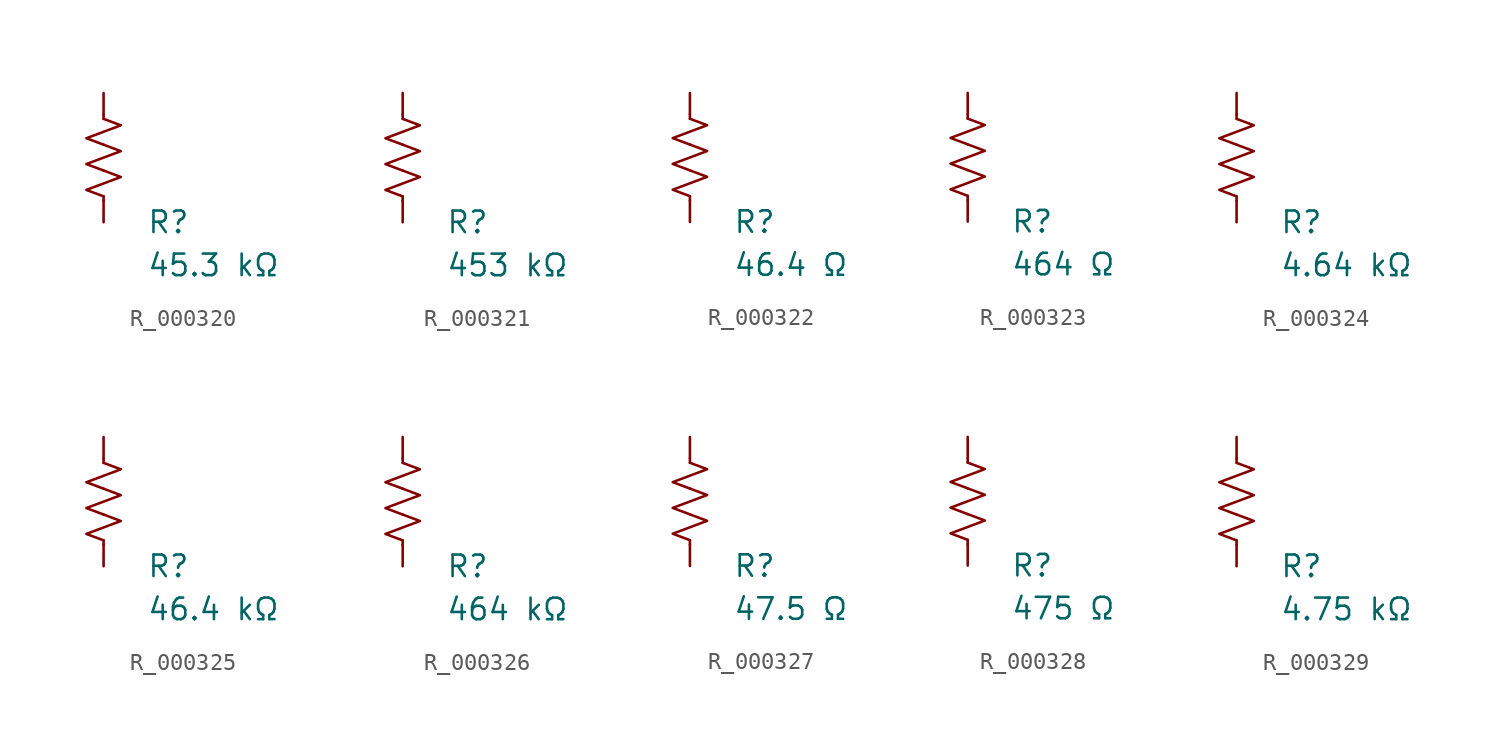
<source format=kicad_sym>
(kicad_symbol_lib
  (version 20231120)
  (generator "kicad_symbol_editor")
  (generator_version "8.0")
  (symbol "R_000320"
    (pin_numbers hide)
    (pin_names
      (offset 0))
    (property "Reference" "R"
      (at 2.54 -3.81 0)
      (effects (font (size 1.27 1.27)) (justify left))
      (show_name no))
    (property "Value" "45.3 kΩ"
      (at 2.54 -6.35 0)
      (effects (font (size 1.27 1.27)) (justify left))
      (show_name no))
    (symbol "R_000320_0_1"
      (polyline (pts (xy 0 -2.286) (xy 0 -2.54)) (stroke (width 0) (type default)) (fill (type none)))
      (polyline (pts (xy 0 2.286) (xy 0 2.54)) (stroke (width 0) (type default)) (fill (type none)))
      (polyline (pts (xy 0 -0.762) (xy 1.016 -1.143) (xy 0 -1.524) (xy -1.016 -1.905) (xy 0 -2.286)) (stroke (width 0) (type default)) (fill (type none)))
      (polyline (pts (xy 0 0.762) (xy 1.016 0.381) (xy 0 0) (xy -1.016 -0.381) (xy 0 -0.762)) (stroke (width 0) (type default)) (fill (type none)))
      (polyline (pts (xy 0 2.286) (xy 1.016 1.905) (xy 0 1.524) (xy -1.016 1.143) (xy 0 0.762)) (stroke (width 0) (type default)) (fill (type none))))
    (symbol "R_000320_1_1"
      (pin passive line (at 0 3.81 270) (length 1.27) (name "~" (effects (font (size 1.27 1.27)))) (number "1" (effects (font (size 1.27 1.27)))))
      (pin passive line (at 0 -3.81 90) (length 1.27) (name "~" (effects (font (size 1.27 1.27)))) (number "2" (effects (font (size 1.27 1.27)))))))
  (symbol "R_000321"
    (pin_numbers hide)
    (pin_names
      (offset 0))
    (property "Reference" "R"
      (at 2.54 -3.81 0)
      (effects (font (size 1.27 1.27)) (justify left))
      (show_name no))
    (property "Value" "453 kΩ"
      (at 2.54 -6.35 0)
      (effects (font (size 1.27 1.27)) (justify left))
      (show_name no))
    (symbol "R_000321_0_1"
      (polyline (pts (xy 0 -2.286) (xy 0 -2.54)) (stroke (width 0) (type default)) (fill (type none)))
      (polyline (pts (xy 0 2.286) (xy 0 2.54)) (stroke (width 0) (type default)) (fill (type none)))
      (polyline (pts (xy 0 -0.762) (xy 1.016 -1.143) (xy 0 -1.524) (xy -1.016 -1.905) (xy 0 -2.286)) (stroke (width 0) (type default)) (fill (type none)))
      (polyline (pts (xy 0 0.762) (xy 1.016 0.381) (xy 0 0) (xy -1.016 -0.381) (xy 0 -0.762)) (stroke (width 0) (type default)) (fill (type none)))
      (polyline (pts (xy 0 2.286) (xy 1.016 1.905) (xy 0 1.524) (xy -1.016 1.143) (xy 0 0.762)) (stroke (width 0) (type default)) (fill (type none))))
    (symbol "R_000321_1_1"
      (pin passive line (at 0 3.81 270) (length 1.27) (name "~" (effects (font (size 1.27 1.27)))) (number "1" (effects (font (size 1.27 1.27)))))
      (pin passive line (at 0 -3.81 90) (length 1.27) (name "~" (effects (font (size 1.27 1.27)))) (number "2" (effects (font (size 1.27 1.27)))))))
  (symbol "R_000322"
    (pin_numbers hide)
    (pin_names
      (offset 0))
    (property "Reference" "R"
      (at 2.54 -3.81 0)
      (effects (font (size 1.27 1.27)) (justify left))
      (show_name no))
    (property "Value" "46.4 Ω"
      (at 2.54 -6.35 0)
      (effects (font (size 1.27 1.27)) (justify left))
      (show_name no))
    (symbol "R_000322_0_1"
      (polyline (pts (xy 0 -2.286) (xy 0 -2.54)) (stroke (width 0) (type default)) (fill (type none)))
      (polyline (pts (xy 0 2.286) (xy 0 2.54)) (stroke (width 0) (type default)) (fill (type none)))
      (polyline (pts (xy 0 -0.762) (xy 1.016 -1.143) (xy 0 -1.524) (xy -1.016 -1.905) (xy 0 -2.286)) (stroke (width 0) (type default)) (fill (type none)))
      (polyline (pts (xy 0 0.762) (xy 1.016 0.381) (xy 0 0) (xy -1.016 -0.381) (xy 0 -0.762)) (stroke (width 0) (type default)) (fill (type none)))
      (polyline (pts (xy 0 2.286) (xy 1.016 1.905) (xy 0 1.524) (xy -1.016 1.143) (xy 0 0.762)) (stroke (width 0) (type default)) (fill (type none))))
    (symbol "R_000322_1_1"
      (pin passive line (at 0 3.81 270) (length 1.27) (name "~" (effects (font (size 1.27 1.27)))) (number "1" (effects (font (size 1.27 1.27)))))
      (pin passive line (at 0 -3.81 90) (length 1.27) (name "~" (effects (font (size 1.27 1.27)))) (number "2" (effects (font (size 1.27 1.27)))))))
  (symbol "R_000323"
    (pin_numbers hide)
    (pin_names
      (offset 0))
    (property "Reference" "R"
      (at 2.54 -3.81 0)
      (effects (font (size 1.27 1.27)) (justify left))
      (show_name no))
    (property "Value" "464 Ω"
      (at 2.54 -6.35 0)
      (effects (font (size 1.27 1.27)) (justify left))
      (show_name no))
    (symbol "R_000323_0_1"
      (polyline (pts (xy 0 -2.286) (xy 0 -2.54)) (stroke (width 0) (type default)) (fill (type none)))
      (polyline (pts (xy 0 2.286) (xy 0 2.54)) (stroke (width 0) (type default)) (fill (type none)))
      (polyline (pts (xy 0 -0.762) (xy 1.016 -1.143) (xy 0 -1.524) (xy -1.016 -1.905) (xy 0 -2.286)) (stroke (width 0) (type default)) (fill (type none)))
      (polyline (pts (xy 0 0.762) (xy 1.016 0.381) (xy 0 0) (xy -1.016 -0.381) (xy 0 -0.762)) (stroke (width 0) (type default)) (fill (type none)))
      (polyline (pts (xy 0 2.286) (xy 1.016 1.905) (xy 0 1.524) (xy -1.016 1.143) (xy 0 0.762)) (stroke (width 0) (type default)) (fill (type none))))
    (symbol "R_000323_1_1"
      (pin passive line (at 0 3.81 270) (length 1.27) (name "~" (effects (font (size 1.27 1.27)))) (number "1" (effects (font (size 1.27 1.27)))))
      (pin passive line (at 0 -3.81 90) (length 1.27) (name "~" (effects (font (size 1.27 1.27)))) (number "2" (effects (font (size 1.27 1.27)))))))
  (symbol "R_000324"
    (pin_numbers hide)
    (pin_names
      (offset 0))
    (property "Reference" "R"
      (at 2.54 -3.81 0)
      (effects (font (size 1.27 1.27)) (justify left))
      (show_name no))
    (property "Value" "4.64 kΩ"
      (at 2.54 -6.35 0)
      (effects (font (size 1.27 1.27)) (justify left))
      (show_name no))
    (symbol "R_000324_0_1"
      (polyline (pts (xy 0 -2.286) (xy 0 -2.54)) (stroke (width 0) (type default)) (fill (type none)))
      (polyline (pts (xy 0 2.286) (xy 0 2.54)) (stroke (width 0) (type default)) (fill (type none)))
      (polyline (pts (xy 0 -0.762) (xy 1.016 -1.143) (xy 0 -1.524) (xy -1.016 -1.905) (xy 0 -2.286)) (stroke (width 0) (type default)) (fill (type none)))
      (polyline (pts (xy 0 0.762) (xy 1.016 0.381) (xy 0 0) (xy -1.016 -0.381) (xy 0 -0.762)) (stroke (width 0) (type default)) (fill (type none)))
      (polyline (pts (xy 0 2.286) (xy 1.016 1.905) (xy 0 1.524) (xy -1.016 1.143) (xy 0 0.762)) (stroke (width 0) (type default)) (fill (type none))))
    (symbol "R_000324_1_1"
      (pin passive line (at 0 3.81 270) (length 1.27) (name "~" (effects (font (size 1.27 1.27)))) (number "1" (effects (font (size 1.27 1.27)))))
      (pin passive line (at 0 -3.81 90) (length 1.27) (name "~" (effects (font (size 1.27 1.27)))) (number "2" (effects (font (size 1.27 1.27)))))))
  (symbol "R_000325"
    (pin_numbers hide)
    (pin_names
      (offset 0))
    (property "Reference" "R"
      (at 2.54 -3.81 0)
      (effects (font (size 1.27 1.27)) (justify left))
      (show_name no))
    (property "Value" "46.4 kΩ"
      (at 2.54 -6.35 0)
      (effects (font (size 1.27 1.27)) (justify left))
      (show_name no))
    (symbol "R_000325_0_1"
      (polyline (pts (xy 0 -2.286) (xy 0 -2.54)) (stroke (width 0) (type default)) (fill (type none)))
      (polyline (pts (xy 0 2.286) (xy 0 2.54)) (stroke (width 0) (type default)) (fill (type none)))
      (polyline (pts (xy 0 -0.762) (xy 1.016 -1.143) (xy 0 -1.524) (xy -1.016 -1.905) (xy 0 -2.286)) (stroke (width 0) (type default)) (fill (type none)))
      (polyline (pts (xy 0 0.762) (xy 1.016 0.381) (xy 0 0) (xy -1.016 -0.381) (xy 0 -0.762)) (stroke (width 0) (type default)) (fill (type none)))
      (polyline (pts (xy 0 2.286) (xy 1.016 1.905) (xy 0 1.524) (xy -1.016 1.143) (xy 0 0.762)) (stroke (width 0) (type default)) (fill (type none))))
    (symbol "R_000325_1_1"
      (pin passive line (at 0 3.81 270) (length 1.27) (name "~" (effects (font (size 1.27 1.27)))) (number "1" (effects (font (size 1.27 1.27)))))
      (pin passive line (at 0 -3.81 90) (length 1.27) (name "~" (effects (font (size 1.27 1.27)))) (number "2" (effects (font (size 1.27 1.27)))))))
  (symbol "R_000326"
    (pin_numbers hide)
    (pin_names
      (offset 0))
    (property "Reference" "R"
      (at 2.54 -3.81 0)
      (effects (font (size 1.27 1.27)) (justify left))
      (show_name no))
    (property "Value" "464 kΩ"
      (at 2.54 -6.35 0)
      (effects (font (size 1.27 1.27)) (justify left))
      (show_name no))
    (symbol "R_000326_0_1"
      (polyline (pts (xy 0 -2.286) (xy 0 -2.54)) (stroke (width 0) (type default)) (fill (type none)))
      (polyline (pts (xy 0 2.286) (xy 0 2.54)) (stroke (width 0) (type default)) (fill (type none)))
      (polyline (pts (xy 0 -0.762) (xy 1.016 -1.143) (xy 0 -1.524) (xy -1.016 -1.905) (xy 0 -2.286)) (stroke (width 0) (type default)) (fill (type none)))
      (polyline (pts (xy 0 0.762) (xy 1.016 0.381) (xy 0 0) (xy -1.016 -0.381) (xy 0 -0.762)) (stroke (width 0) (type default)) (fill (type none)))
      (polyline (pts (xy 0 2.286) (xy 1.016 1.905) (xy 0 1.524) (xy -1.016 1.143) (xy 0 0.762)) (stroke (width 0) (type default)) (fill (type none))))
    (symbol "R_000326_1_1"
      (pin passive line (at 0 3.81 270) (length 1.27) (name "~" (effects (font (size 1.27 1.27)))) (number "1" (effects (font (size 1.27 1.27)))))
      (pin passive line (at 0 -3.81 90) (length 1.27) (name "~" (effects (font (size 1.27 1.27)))) (number "2" (effects (font (size 1.27 1.27)))))))
  (symbol "R_000327"
    (pin_numbers hide)
    (pin_names
      (offset 0))
    (property "Reference" "R"
      (at 2.54 -3.81 0)
      (effects (font (size 1.27 1.27)) (justify left))
      (show_name no))
    (property "Value" "47.5 Ω"
      (at 2.54 -6.35 0)
      (effects (font (size 1.27 1.27)) (justify left))
      (show_name no))
    (symbol "R_000327_0_1"
      (polyline (pts (xy 0 -2.286) (xy 0 -2.54)) (stroke (width 0) (type default)) (fill (type none)))
      (polyline (pts (xy 0 2.286) (xy 0 2.54)) (stroke (width 0) (type default)) (fill (type none)))
      (polyline (pts (xy 0 -0.762) (xy 1.016 -1.143) (xy 0 -1.524) (xy -1.016 -1.905) (xy 0 -2.286)) (stroke (width 0) (type default)) (fill (type none)))
      (polyline (pts (xy 0 0.762) (xy 1.016 0.381) (xy 0 0) (xy -1.016 -0.381) (xy 0 -0.762)) (stroke (width 0) (type default)) (fill (type none)))
      (polyline (pts (xy 0 2.286) (xy 1.016 1.905) (xy 0 1.524) (xy -1.016 1.143) (xy 0 0.762)) (stroke (width 0) (type default)) (fill (type none))))
    (symbol "R_000327_1_1"
      (pin passive line (at 0 3.81 270) (length 1.27) (name "~" (effects (font (size 1.27 1.27)))) (number "1" (effects (font (size 1.27 1.27)))))
      (pin passive line (at 0 -3.81 90) (length 1.27) (name "~" (effects (font (size 1.27 1.27)))) (number "2" (effects (font (size 1.27 1.27)))))))
  (symbol "R_000328"
    (pin_numbers hide)
    (pin_names
      (offset 0))
    (property "Reference" "R"
      (at 2.54 -3.81 0)
      (effects (font (size 1.27 1.27)) (justify left))
      (show_name no))
    (property "Value" "475 Ω"
      (at 2.54 -6.35 0)
      (effects (font (size 1.27 1.27)) (justify left))
      (show_name no))
    (symbol "R_000328_0_1"
      (polyline (pts (xy 0 -2.286) (xy 0 -2.54)) (stroke (width 0) (type default)) (fill (type none)))
      (polyline (pts (xy 0 2.286) (xy 0 2.54)) (stroke (width 0) (type default)) (fill (type none)))
      (polyline (pts (xy 0 -0.762) (xy 1.016 -1.143) (xy 0 -1.524) (xy -1.016 -1.905) (xy 0 -2.286)) (stroke (width 0) (type default)) (fill (type none)))
      (polyline (pts (xy 0 0.762) (xy 1.016 0.381) (xy 0 0) (xy -1.016 -0.381) (xy 0 -0.762)) (stroke (width 0) (type default)) (fill (type none)))
      (polyline (pts (xy 0 2.286) (xy 1.016 1.905) (xy 0 1.524) (xy -1.016 1.143) (xy 0 0.762)) (stroke (width 0) (type default)) (fill (type none))))
    (symbol "R_000328_1_1"
      (pin passive line (at 0 3.81 270) (length 1.27) (name "~" (effects (font (size 1.27 1.27)))) (number "1" (effects (font (size 1.27 1.27)))))
      (pin passive line (at 0 -3.81 90) (length 1.27) (name "~" (effects (font (size 1.27 1.27)))) (number "2" (effects (font (size 1.27 1.27)))))))
  (symbol "R_000329"
    (pin_numbers hide)
    (pin_names
      (offset 0))
    (property "Reference" "R"
      (at 2.54 -3.81 0)
      (effects (font (size 1.27 1.27)) (justify left))
      (show_name no))
    (property "Value" "4.75 kΩ"
      (at 2.54 -6.35 0)
      (effects (font (size 1.27 1.27)) (justify left))
      (show_name no))
    (symbol "R_000329_0_1"
      (polyline (pts (xy 0 -2.286) (xy 0 -2.54)) (stroke (width 0) (type default)) (fill (type none)))
      (polyline (pts (xy 0 2.286) (xy 0 2.54)) (stroke (width 0) (type default)) (fill (type none)))
      (polyline (pts (xy 0 -0.762) (xy 1.016 -1.143) (xy 0 -1.524) (xy -1.016 -1.905) (xy 0 -2.286)) (stroke (width 0) (type default)) (fill (type none)))
      (polyline (pts (xy 0 0.762) (xy 1.016 0.381) (xy 0 0) (xy -1.016 -0.381) (xy 0 -0.762)) (stroke (width 0) (type default)) (fill (type none)))
      (polyline (pts (xy 0 2.286) (xy 1.016 1.905) (xy 0 1.524) (xy -1.016 1.143) (xy 0 0.762)) (stroke (width 0) (type default)) (fill (type none))))
    (symbol "R_000329_1_1"
      (pin passive line (at 0 3.81 270) (length 1.27) (name "~" (effects (font (size 1.27 1.27)))) (number "1" (effects (font (size 1.27 1.27)))))
      (pin passive line (at 0 -3.81 90) (length 1.27) (name "~" (effects (font (size 1.27 1.27)))) (number "2" (effects (font (size 1.27 1.27))))))))
</source>
